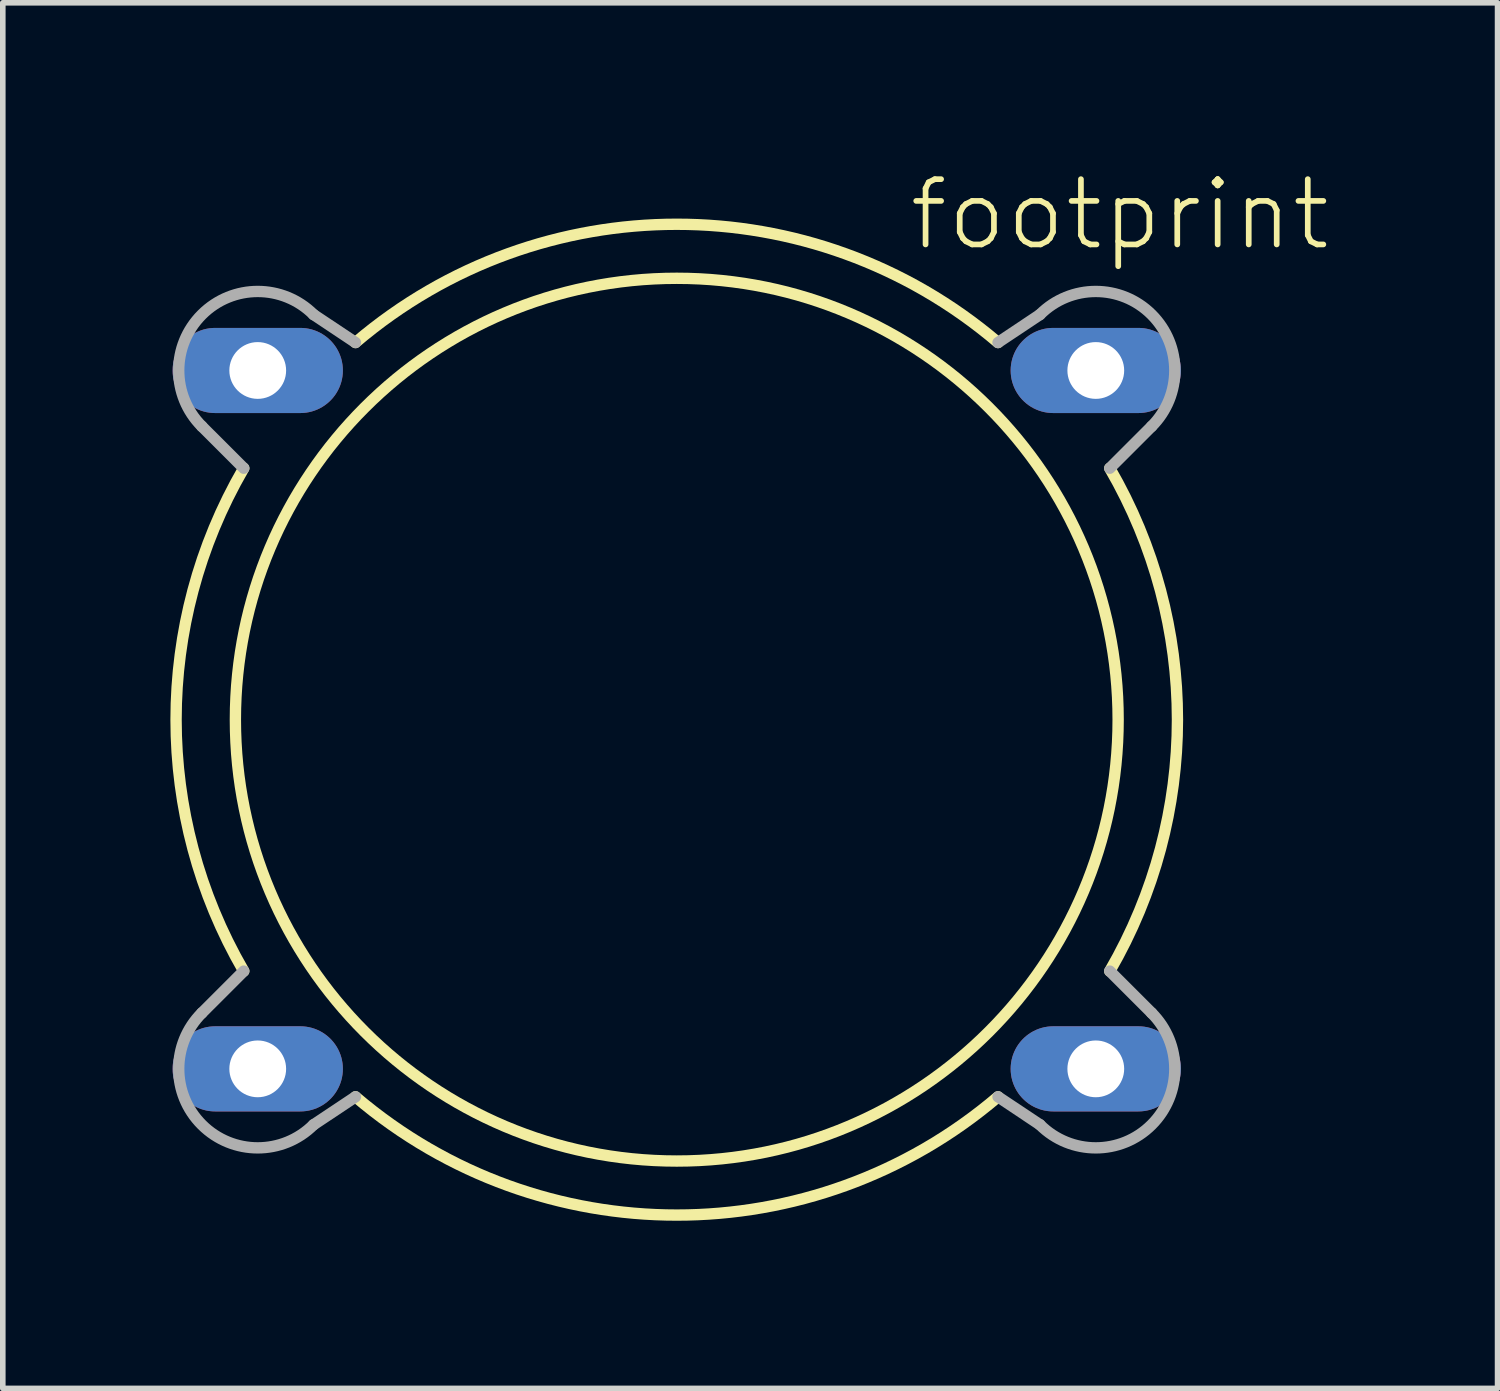
<source format=kicad_pcb>
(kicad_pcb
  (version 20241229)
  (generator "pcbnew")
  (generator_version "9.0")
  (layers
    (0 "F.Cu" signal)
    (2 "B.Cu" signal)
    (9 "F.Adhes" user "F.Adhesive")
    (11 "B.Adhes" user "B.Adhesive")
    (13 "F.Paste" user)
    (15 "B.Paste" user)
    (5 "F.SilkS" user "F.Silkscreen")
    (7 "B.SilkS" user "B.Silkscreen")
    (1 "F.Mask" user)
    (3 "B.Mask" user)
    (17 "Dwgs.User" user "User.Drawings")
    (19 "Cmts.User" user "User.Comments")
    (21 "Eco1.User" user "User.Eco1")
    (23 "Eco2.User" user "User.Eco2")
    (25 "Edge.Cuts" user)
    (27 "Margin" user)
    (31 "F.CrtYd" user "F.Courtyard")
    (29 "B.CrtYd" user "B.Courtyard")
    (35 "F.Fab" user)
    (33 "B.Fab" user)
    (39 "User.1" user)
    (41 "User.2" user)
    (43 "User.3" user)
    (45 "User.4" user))
  (footprint "footprint"
    (layer "F.Cu")
    (at 9.063 9.831)
    (property "Reference" "footprint" (at 4.108 -8.358 0) (layer "F.SilkS") (effects (font (size 1.168 1.168) (thickness 0.102)) (justify left bottom)))
    (fp_arc (start -7.75 4.5) (mid -8.961724 0) (end -7.75 -4.5) (stroke (width 0.2032) (type solid)) (layer "F.SilkS"))
    (fp_arc (start -5.75 -6.75) (mid 0 -8.867074) (end 5.75 -6.75) (stroke (width 0.2032) (type solid)) (layer "F.SilkS"))
    (fp_arc (start 5.75 6.75) (mid 0 8.867074) (end -5.75 6.75) (stroke (width 0.2032) (type solid)) (layer "F.SilkS"))
    (fp_arc (start 7.75 -4.5) (mid 8.961724 0) (end 7.75 4.5) (stroke (width 0.2032) (type solid)) (layer "F.SilkS"))
    (fp_circle (center 0 0) (end 7.9 0) (stroke (width 0.203) (type solid)) (fill no) (layer "F.SilkS"))
    (fp_line (start -8.5 -5.25) (end -7.75 -4.5) (stroke (width 0.203) (type solid)) (layer "F.Fab"))
    (fp_line (start -8.5 5.25) (end -7.75 4.5) (stroke (width 0.203) (type solid)) (layer "F.Fab"))
    (fp_line (start -6.5 -7.25) (end -5.75 -6.75) (stroke (width 0.203) (type solid)) (layer "F.Fab"))
    (fp_line (start -6.5 7.25) (end -5.75 6.75) (stroke (width 0.203) (type solid)) (layer "F.Fab"))
    (fp_line (start 6.5 -7.25) (end 5.75 -6.75) (stroke (width 0.203) (type solid)) (layer "F.Fab"))
    (fp_line (start 6.5 7.25) (end 5.75 6.75) (stroke (width 0.203) (type solid)) (layer "F.Fab"))
    (fp_line (start 8.5 -5.25) (end 7.75 -4.5) (stroke (width 0.203) (type solid)) (layer "F.Fab"))
    (fp_line (start 8.5 5.25) (end 7.75 4.5) (stroke (width 0.203) (type solid)) (layer "F.Fab"))
    (fp_arc (start -8.5 -5.25) (mid -8.5 -7.25) (end -6.5 -7.25) (stroke (width 0.2032) (type solid)) (layer "F.Fab"))
    (fp_arc (start -6.5 7.25) (mid -8.5 7.25) (end -8.5 5.25) (stroke (width 0.2032) (type solid)) (layer "F.Fab"))
    (fp_arc (start 6.5 -7.25) (mid 8.5 -7.25) (end 8.5 -5.25) (stroke (width 0.2032) (type solid)) (layer "F.Fab"))
    (fp_arc (start 8.5 5.25) (mid 8.5 7.25) (end 6.5 7.25) (stroke (width 0.2032) (type solid)) (layer "F.Fab"))
    (pad "1" thru_hole oval (at -7.5 -6.25) (size 3.048 1.524) (drill 1.016) (layers "*.Cu" "*.Mask"))
    (pad "2" thru_hole oval (at 7.5 -6.25) (size 3.048 1.524) (drill 1.016) (layers "*.Cu" "*.Mask"))
    (pad "3" thru_hole oval (at -7.5 6.25) (size 3.048 1.524) (drill 1.016) (layers "*.Cu" "*.Mask"))
    (pad "4" thru_hole oval (at 7.5 6.25) (size 3.048 1.524) (drill 1.016) (layers "*.Cu" "*.Mask")))
  (gr_rect
    (start -3 -3)
    (end 23.754 21.8)
    (stroke (width 0.1) (type default))
    (fill no)
    (layer "Edge.Cuts")))
</source>
